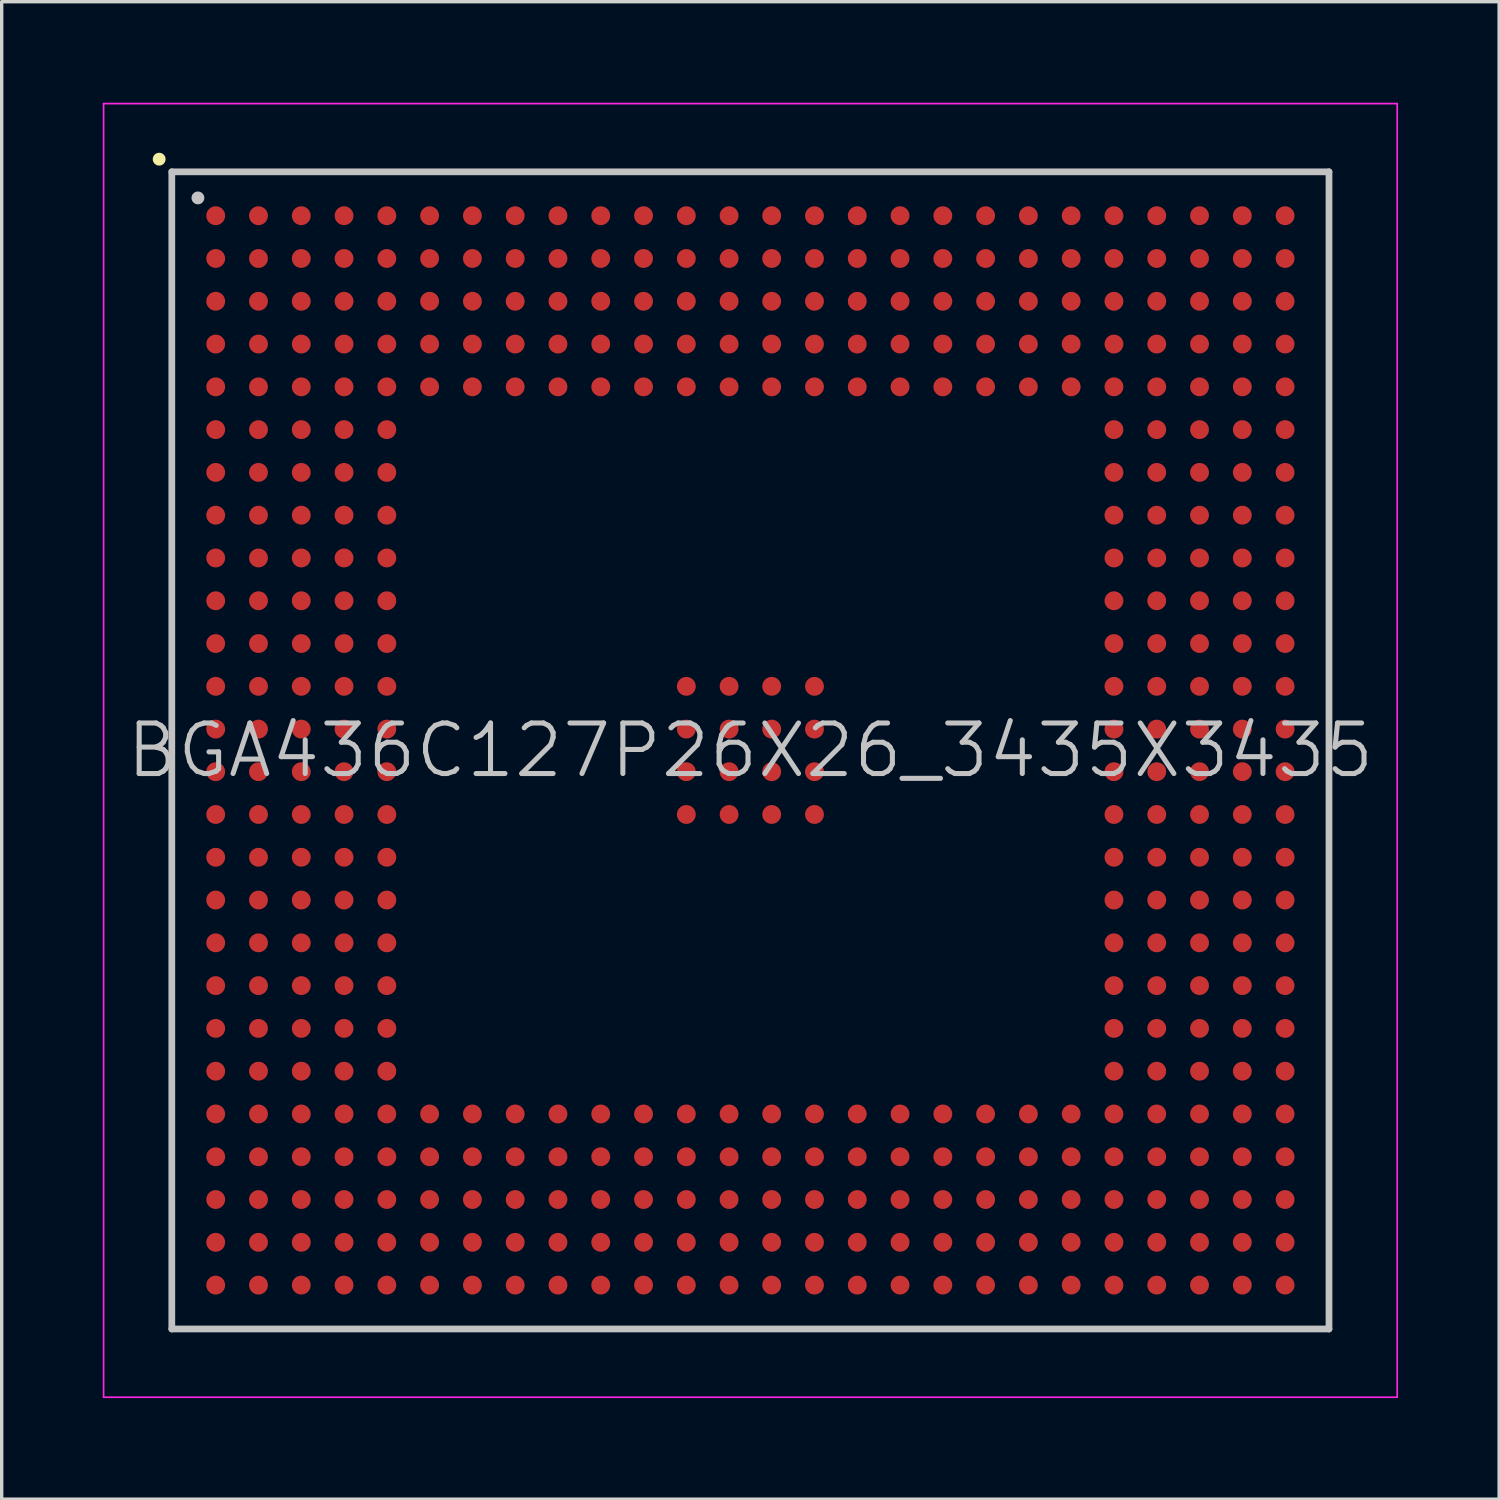
<source format=kicad_pcb>
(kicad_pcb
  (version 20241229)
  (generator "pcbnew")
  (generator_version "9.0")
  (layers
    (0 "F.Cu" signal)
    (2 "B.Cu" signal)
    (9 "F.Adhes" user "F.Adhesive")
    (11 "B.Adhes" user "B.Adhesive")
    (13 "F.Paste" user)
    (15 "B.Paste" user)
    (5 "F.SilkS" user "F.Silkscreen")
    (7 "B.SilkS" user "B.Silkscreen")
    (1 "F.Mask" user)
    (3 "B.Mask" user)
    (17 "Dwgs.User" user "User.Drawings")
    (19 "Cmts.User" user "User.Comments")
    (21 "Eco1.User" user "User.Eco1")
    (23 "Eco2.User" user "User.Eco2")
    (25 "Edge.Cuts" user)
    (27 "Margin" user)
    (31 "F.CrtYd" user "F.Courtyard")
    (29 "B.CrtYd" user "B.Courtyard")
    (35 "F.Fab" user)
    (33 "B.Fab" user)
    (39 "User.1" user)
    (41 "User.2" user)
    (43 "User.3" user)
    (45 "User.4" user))
  (footprint "BGA436C127P26X26_3435X3435"
    (layer "F.Cu")
    (at 19.225 19.225)
    (property "Reference" "BGA436C127P26X26_3435X3435" (at 0 0 0) (layer "Dwgs.User") (effects (font (size 1.5 1.5) (thickness 0.15))))
    (attr smd)
    (fp_line (start -17.55 -17.55) (end -17.55 -17.55) (stroke (width 0.381) (type solid)) (layer "F.SilkS"))
    (fp_line (start -17.175 -17.175) (end -17.175 17.175) (stroke (width 0.2) (type solid)) (layer "Dwgs.User"))
    (fp_line (start -17.175 -17.175) (end 17.175 -17.175) (stroke (width 0.2) (type solid)) (layer "Dwgs.User"))
    (fp_line (start -17.175 17.175) (end 17.175 17.175) (stroke (width 0.2) (type solid)) (layer "Dwgs.User"))
    (fp_line (start -16.4 -16.4) (end -16.4 -16.4) (stroke (width 0.381) (type solid)) (layer "Dwgs.User"))
    (fp_line (start 17.175 -17.175) (end 17.175 17.175) (stroke (width 0.2) (type solid)) (layer "Dwgs.User"))
    (fp_line (start -19.2 -19.2) (end -19.2 19.2) (stroke (width 0.05) (type solid)) (layer "F.CrtYd"))
    (fp_line (start -19.2 -19.2) (end 19.2 -19.2) (stroke (width 0.05) (type solid)) (layer "F.CrtYd"))
    (fp_line (start -19.2 19.2) (end 19.2 19.2) (stroke (width 0.05) (type solid)) (layer "F.CrtYd"))
    (fp_line (start 19.2 -19.2) (end 19.2 19.2) (stroke (width 0.05) (type solid)) (layer "F.CrtYd"))
    (pad "A1" smd circle (at -15.872 -15.872 270) (size 0.56 0.56) (layers "F.Cu" "F.Mask" "F.Paste"))
    (pad "A2" smd circle (at -14.602 -15.872 270) (size 0.56 0.56) (layers "F.Cu" "F.Mask" "F.Paste"))
    (pad "A3" smd circle (at -13.332 -15.872 270) (size 0.56 0.56) (layers "F.Cu" "F.Mask" "F.Paste"))
    (pad "A4" smd circle (at -12.062 -15.872 270) (size 0.56 0.56) (layers "F.Cu" "F.Mask" "F.Paste"))
    (pad "A5" smd circle (at -10.792 -15.872 270) (size 0.56 0.56) (layers "F.Cu" "F.Mask" "F.Paste"))
    (pad "A6" smd circle (at -9.522 -15.872 270) (size 0.56 0.56) (layers "F.Cu" "F.Mask" "F.Paste"))
    (pad "A7" smd circle (at -8.252 -15.872 270) (size 0.56 0.56) (layers "F.Cu" "F.Mask" "F.Paste"))
    (pad "A8" smd circle (at -6.982 -15.872 270) (size 0.56 0.56) (layers "F.Cu" "F.Mask" "F.Paste"))
    (pad "A9" smd circle (at -5.712 -15.872 270) (size 0.56 0.56) (layers "F.Cu" "F.Mask" "F.Paste"))
    (pad "A10" smd circle (at -4.442 -15.872 270) (size 0.56 0.56) (layers "F.Cu" "F.Mask" "F.Paste"))
    (pad "A11" smd circle (at -3.172 -15.872 270) (size 0.56 0.56) (layers "F.Cu" "F.Mask" "F.Paste"))
    (pad "A12" smd circle (at -1.902 -15.872 270) (size 0.56 0.56) (layers "F.Cu" "F.Mask" "F.Paste"))
    (pad "A13" smd circle (at -0.632 -15.872 270) (size 0.56 0.56) (layers "F.Cu" "F.Mask" "F.Paste"))
    (pad "A14" smd circle (at 0.632 -15.872 270) (size 0.56 0.56) (layers "F.Cu" "F.Mask" "F.Paste"))
    (pad "A15" smd circle (at 1.902 -15.872 270) (size 0.56 0.56) (layers "F.Cu" "F.Mask" "F.Paste"))
    (pad "A16" smd circle (at 3.172 -15.872 270) (size 0.56 0.56) (layers "F.Cu" "F.Mask" "F.Paste"))
    (pad "A17" smd circle (at 4.442 -15.872 270) (size 0.56 0.56) (layers "F.Cu" "F.Mask" "F.Paste"))
    (pad "A18" smd circle (at 5.712 -15.872 270) (size 0.56 0.56) (layers "F.Cu" "F.Mask" "F.Paste"))
    (pad "A19" smd circle (at 6.982 -15.872 270) (size 0.56 0.56) (layers "F.Cu" "F.Mask" "F.Paste"))
    (pad "A20" smd circle (at 8.252 -15.872 270) (size 0.56 0.56) (layers "F.Cu" "F.Mask" "F.Paste"))
    (pad "A21" smd circle (at 9.522 -15.872 270) (size 0.56 0.56) (layers "F.Cu" "F.Mask" "F.Paste"))
    (pad "A22" smd circle (at 10.792 -15.872 270) (size 0.56 0.56) (layers "F.Cu" "F.Mask" "F.Paste"))
    (pad "A23" smd circle (at 12.062 -15.872 270) (size 0.56 0.56) (layers "F.Cu" "F.Mask" "F.Paste"))
    (pad "A24" smd circle (at 13.332 -15.872 270) (size 0.56 0.56) (layers "F.Cu" "F.Mask" "F.Paste"))
    (pad "A25" smd circle (at 14.602 -15.872 270) (size 0.56 0.56) (layers "F.Cu" "F.Mask" "F.Paste"))
    (pad "A26" smd circle (at 15.872 -15.872 270) (size 0.56 0.56) (layers "F.Cu" "F.Mask" "F.Paste"))
    (pad "AA1" smd circle (at -15.872 9.522 270) (size 0.56 0.56) (layers "F.Cu" "F.Mask" "F.Paste"))
    (pad "AA2" smd circle (at -14.602 9.522 270) (size 0.56 0.56) (layers "F.Cu" "F.Mask" "F.Paste"))
    (pad "AA3" smd circle (at -13.332 9.522 270) (size 0.56 0.56) (layers "F.Cu" "F.Mask" "F.Paste"))
    (pad "AA4" smd circle (at -12.062 9.522 270) (size 0.56 0.56) (layers "F.Cu" "F.Mask" "F.Paste"))
    (pad "AA5" smd circle (at -10.792 9.522 270) (size 0.56 0.56) (layers "F.Cu" "F.Mask" "F.Paste"))
    (pad "AA22" smd circle (at 10.792 9.522 270) (size 0.56 0.56) (layers "F.Cu" "F.Mask" "F.Paste"))
    (pad "AA23" smd circle (at 12.062 9.522 270) (size 0.56 0.56) (layers "F.Cu" "F.Mask" "F.Paste"))
    (pad "AA24" smd circle (at 13.332 9.522 270) (size 0.56 0.56) (layers "F.Cu" "F.Mask" "F.Paste"))
    (pad "AA25" smd circle (at 14.602 9.522 270) (size 0.56 0.56) (layers "F.Cu" "F.Mask" "F.Paste"))
    (pad "AA26" smd circle (at 15.872 9.522 270) (size 0.56 0.56) (layers "F.Cu" "F.Mask" "F.Paste"))
    (pad "AB1" smd circle (at -15.872 10.792 270) (size 0.56 0.56) (layers "F.Cu" "F.Mask" "F.Paste"))
    (pad "AB2" smd circle (at -14.602 10.792 270) (size 0.56 0.56) (layers "F.Cu" "F.Mask" "F.Paste"))
    (pad "AB3" smd circle (at -13.332 10.792 270) (size 0.56 0.56) (layers "F.Cu" "F.Mask" "F.Paste"))
    (pad "AB4" smd circle (at -12.062 10.792 270) (size 0.56 0.56) (layers "F.Cu" "F.Mask" "F.Paste"))
    (pad "AB5" smd circle (at -10.792 10.792 270) (size 0.56 0.56) (layers "F.Cu" "F.Mask" "F.Paste"))
    (pad "AB6" smd circle (at -9.522 10.792 270) (size 0.56 0.56) (layers "F.Cu" "F.Mask" "F.Paste"))
    (pad "AB7" smd circle (at -8.252 10.792 270) (size 0.56 0.56) (layers "F.Cu" "F.Mask" "F.Paste"))
    (pad "AB8" smd circle (at -6.982 10.792 270) (size 0.56 0.56) (layers "F.Cu" "F.Mask" "F.Paste"))
    (pad "AB9" smd circle (at -5.712 10.792 270) (size 0.56 0.56) (layers "F.Cu" "F.Mask" "F.Paste"))
    (pad "AB10" smd circle (at -4.442 10.792 270) (size 0.56 0.56) (layers "F.Cu" "F.Mask" "F.Paste"))
    (pad "AB11" smd circle (at -3.172 10.792 270) (size 0.56 0.56) (layers "F.Cu" "F.Mask" "F.Paste"))
    (pad "AB12" smd circle (at -1.902 10.792 270) (size 0.56 0.56) (layers "F.Cu" "F.Mask" "F.Paste"))
    (pad "AB13" smd circle (at -0.632 10.792 270) (size 0.56 0.56) (layers "F.Cu" "F.Mask" "F.Paste"))
    (pad "AB14" smd circle (at 0.632 10.792 270) (size 0.56 0.56) (layers "F.Cu" "F.Mask" "F.Paste"))
    (pad "AB15" smd circle (at 1.902 10.792 270) (size 0.56 0.56) (layers "F.Cu" "F.Mask" "F.Paste"))
    (pad "AB16" smd circle (at 3.172 10.792 270) (size 0.56 0.56) (layers "F.Cu" "F.Mask" "F.Paste"))
    (pad "AB17" smd circle (at 4.442 10.792 270) (size 0.56 0.56) (layers "F.Cu" "F.Mask" "F.Paste"))
    (pad "AB18" smd circle (at 5.712 10.792 270) (size 0.56 0.56) (layers "F.Cu" "F.Mask" "F.Paste"))
    (pad "AB19" smd circle (at 6.982 10.792 270) (size 0.56 0.56) (layers "F.Cu" "F.Mask" "F.Paste"))
    (pad "AB20" smd circle (at 8.252 10.792 270) (size 0.56 0.56) (layers "F.Cu" "F.Mask" "F.Paste"))
    (pad "AB21" smd circle (at 9.522 10.792 270) (size 0.56 0.56) (layers "F.Cu" "F.Mask" "F.Paste"))
    (pad "AB22" smd circle (at 10.792 10.792 270) (size 0.56 0.56) (layers "F.Cu" "F.Mask" "F.Paste"))
    (pad "AB23" smd circle (at 12.062 10.792 270) (size 0.56 0.56) (layers "F.Cu" "F.Mask" "F.Paste"))
    (pad "AB24" smd circle (at 13.332 10.792 270) (size 0.56 0.56) (layers "F.Cu" "F.Mask" "F.Paste"))
    (pad "AB25" smd circle (at 14.602 10.792 270) (size 0.56 0.56) (layers "F.Cu" "F.Mask" "F.Paste"))
    (pad "AB26" smd circle (at 15.872 10.792 270) (size 0.56 0.56) (layers "F.Cu" "F.Mask" "F.Paste"))
    (pad "AC1" smd circle (at -15.872 12.062 270) (size 0.56 0.56) (layers "F.Cu" "F.Mask" "F.Paste"))
    (pad "AC2" smd circle (at -14.602 12.062 270) (size 0.56 0.56) (layers "F.Cu" "F.Mask" "F.Paste"))
    (pad "AC3" smd circle (at -13.332 12.062 270) (size 0.56 0.56) (layers "F.Cu" "F.Mask" "F.Paste"))
    (pad "AC4" smd circle (at -12.062 12.062 270) (size 0.56 0.56) (layers "F.Cu" "F.Mask" "F.Paste"))
    (pad "AC5" smd circle (at -10.792 12.062 270) (size 0.56 0.56) (layers "F.Cu" "F.Mask" "F.Paste"))
    (pad "AC6" smd circle (at -9.522 12.062 270) (size 0.56 0.56) (layers "F.Cu" "F.Mask" "F.Paste"))
    (pad "AC7" smd circle (at -8.252 12.062 270) (size 0.56 0.56) (layers "F.Cu" "F.Mask" "F.Paste"))
    (pad "AC8" smd circle (at -6.982 12.062 270) (size 0.56 0.56) (layers "F.Cu" "F.Mask" "F.Paste"))
    (pad "AC9" smd circle (at -5.712 12.062 270) (size 0.56 0.56) (layers "F.Cu" "F.Mask" "F.Paste"))
    (pad "AC10" smd circle (at -4.442 12.062 270) (size 0.56 0.56) (layers "F.Cu" "F.Mask" "F.Paste"))
    (pad "AC11" smd circle (at -3.172 12.062 270) (size 0.56 0.56) (layers "F.Cu" "F.Mask" "F.Paste"))
    (pad "AC12" smd circle (at -1.902 12.062 270) (size 0.56 0.56) (layers "F.Cu" "F.Mask" "F.Paste"))
    (pad "AC13" smd circle (at -0.632 12.062 270) (size 0.56 0.56) (layers "F.Cu" "F.Mask" "F.Paste"))
    (pad "AC14" smd circle (at 0.632 12.062 270) (size 0.56 0.56) (layers "F.Cu" "F.Mask" "F.Paste"))
    (pad "AC15" smd circle (at 1.902 12.062 270) (size 0.56 0.56) (layers "F.Cu" "F.Mask" "F.Paste"))
    (pad "AC16" smd circle (at 3.172 12.062 270) (size 0.56 0.56) (layers "F.Cu" "F.Mask" "F.Paste"))
    (pad "AC17" smd circle (at 4.442 12.062 270) (size 0.56 0.56) (layers "F.Cu" "F.Mask" "F.Paste"))
    (pad "AC18" smd circle (at 5.712 12.062 270) (size 0.56 0.56) (layers "F.Cu" "F.Mask" "F.Paste"))
    (pad "AC19" smd circle (at 6.982 12.062 270) (size 0.56 0.56) (layers "F.Cu" "F.Mask" "F.Paste"))
    (pad "AC20" smd circle (at 8.252 12.062 270) (size 0.56 0.56) (layers "F.Cu" "F.Mask" "F.Paste"))
    (pad "AC21" smd circle (at 9.522 12.062 270) (size 0.56 0.56) (layers "F.Cu" "F.Mask" "F.Paste"))
    (pad "AC22" smd circle (at 10.792 12.062 270) (size 0.56 0.56) (layers "F.Cu" "F.Mask" "F.Paste"))
    (pad "AC23" smd circle (at 12.062 12.062 270) (size 0.56 0.56) (layers "F.Cu" "F.Mask" "F.Paste"))
    (pad "AC24" smd circle (at 13.332 12.062 270) (size 0.56 0.56) (layers "F.Cu" "F.Mask" "F.Paste"))
    (pad "AC25" smd circle (at 14.602 12.062 270) (size 0.56 0.56) (layers "F.Cu" "F.Mask" "F.Paste"))
    (pad "AC26" smd circle (at 15.872 12.062 270) (size 0.56 0.56) (layers "F.Cu" "F.Mask" "F.Paste"))
    (pad "AD1" smd circle (at -15.872 13.332 270) (size 0.56 0.56) (layers "F.Cu" "F.Mask" "F.Paste"))
    (pad "AD2" smd circle (at -14.602 13.332 270) (size 0.56 0.56) (layers "F.Cu" "F.Mask" "F.Paste"))
    (pad "AD3" smd circle (at -13.332 13.332 270) (size 0.56 0.56) (layers "F.Cu" "F.Mask" "F.Paste"))
    (pad "AD4" smd circle (at -12.062 13.332 270) (size 0.56 0.56) (layers "F.Cu" "F.Mask" "F.Paste"))
    (pad "AD5" smd circle (at -10.792 13.332 270) (size 0.56 0.56) (layers "F.Cu" "F.Mask" "F.Paste"))
    (pad "AD6" smd circle (at -9.522 13.332 270) (size 0.56 0.56) (layers "F.Cu" "F.Mask" "F.Paste"))
    (pad "AD7" smd circle (at -8.252 13.332 270) (size 0.56 0.56) (layers "F.Cu" "F.Mask" "F.Paste"))
    (pad "AD8" smd circle (at -6.982 13.332 270) (size 0.56 0.56) (layers "F.Cu" "F.Mask" "F.Paste"))
    (pad "AD9" smd circle (at -5.712 13.332 270) (size 0.56 0.56) (layers "F.Cu" "F.Mask" "F.Paste"))
    (pad "AD10" smd circle (at -4.442 13.332 270) (size 0.56 0.56) (layers "F.Cu" "F.Mask" "F.Paste"))
    (pad "AD11" smd circle (at -3.172 13.332 270) (size 0.56 0.56) (layers "F.Cu" "F.Mask" "F.Paste"))
    (pad "AD12" smd circle (at -1.902 13.332 270) (size 0.56 0.56) (layers "F.Cu" "F.Mask" "F.Paste"))
    (pad "AD13" smd circle (at -0.632 13.332 270) (size 0.56 0.56) (layers "F.Cu" "F.Mask" "F.Paste"))
    (pad "AD14" smd circle (at 0.632 13.332 270) (size 0.56 0.56) (layers "F.Cu" "F.Mask" "F.Paste"))
    (pad "AD15" smd circle (at 1.902 13.332 270) (size 0.56 0.56) (layers "F.Cu" "F.Mask" "F.Paste"))
    (pad "AD16" smd circle (at 3.172 13.332 270) (size 0.56 0.56) (layers "F.Cu" "F.Mask" "F.Paste"))
    (pad "AD17" smd circle (at 4.442 13.332 270) (size 0.56 0.56) (layers "F.Cu" "F.Mask" "F.Paste"))
    (pad "AD18" smd circle (at 5.712 13.332 270) (size 0.56 0.56) (layers "F.Cu" "F.Mask" "F.Paste"))
    (pad "AD19" smd circle (at 6.982 13.332 270) (size 0.56 0.56) (layers "F.Cu" "F.Mask" "F.Paste"))
    (pad "AD20" smd circle (at 8.252 13.332 270) (size 0.56 0.56) (layers "F.Cu" "F.Mask" "F.Paste"))
    (pad "AD21" smd circle (at 9.522 13.332 270) (size 0.56 0.56) (layers "F.Cu" "F.Mask" "F.Paste"))
    (pad "AD22" smd circle (at 10.792 13.332 270) (size 0.56 0.56) (layers "F.Cu" "F.Mask" "F.Paste"))
    (pad "AD23" smd circle (at 12.062 13.332 270) (size 0.56 0.56) (layers "F.Cu" "F.Mask" "F.Paste"))
    (pad "AD24" smd circle (at 13.332 13.332 270) (size 0.56 0.56) (layers "F.Cu" "F.Mask" "F.Paste"))
    (pad "AD25" smd circle (at 14.602 13.332 270) (size 0.56 0.56) (layers "F.Cu" "F.Mask" "F.Paste"))
    (pad "AD26" smd circle (at 15.872 13.332 270) (size 0.56 0.56) (layers "F.Cu" "F.Mask" "F.Paste"))
    (pad "AE1" smd circle (at -15.872 14.602 270) (size 0.56 0.56) (layers "F.Cu" "F.Mask" "F.Paste"))
    (pad "AE2" smd circle (at -14.602 14.602 270) (size 0.56 0.56) (layers "F.Cu" "F.Mask" "F.Paste"))
    (pad "AE3" smd circle (at -13.332 14.602 270) (size 0.56 0.56) (layers "F.Cu" "F.Mask" "F.Paste"))
    (pad "AE4" smd circle (at -12.062 14.602 270) (size 0.56 0.56) (layers "F.Cu" "F.Mask" "F.Paste"))
    (pad "AE5" smd circle (at -10.792 14.602 270) (size 0.56 0.56) (layers "F.Cu" "F.Mask" "F.Paste"))
    (pad "AE6" smd circle (at -9.522 14.602 270) (size 0.56 0.56) (layers "F.Cu" "F.Mask" "F.Paste"))
    (pad "AE7" smd circle (at -8.252 14.602 270) (size 0.56 0.56) (layers "F.Cu" "F.Mask" "F.Paste"))
    (pad "AE8" smd circle (at -6.982 14.602 270) (size 0.56 0.56) (layers "F.Cu" "F.Mask" "F.Paste"))
    (pad "AE9" smd circle (at -5.712 14.602 270) (size 0.56 0.56) (layers "F.Cu" "F.Mask" "F.Paste"))
    (pad "AE10" smd circle (at -4.442 14.602 270) (size 0.56 0.56) (layers "F.Cu" "F.Mask" "F.Paste"))
    (pad "AE11" smd circle (at -3.172 14.602 270) (size 0.56 0.56) (layers "F.Cu" "F.Mask" "F.Paste"))
    (pad "AE12" smd circle (at -1.902 14.602 270) (size 0.56 0.56) (layers "F.Cu" "F.Mask" "F.Paste"))
    (pad "AE13" smd circle (at -0.632 14.602 270) (size 0.56 0.56) (layers "F.Cu" "F.Mask" "F.Paste"))
    (pad "AE14" smd circle (at 0.632 14.602 270) (size 0.56 0.56) (layers "F.Cu" "F.Mask" "F.Paste"))
    (pad "AE15" smd circle (at 1.902 14.602 270) (size 0.56 0.56) (layers "F.Cu" "F.Mask" "F.Paste"))
    (pad "AE16" smd circle (at 3.172 14.602 270) (size 0.56 0.56) (layers "F.Cu" "F.Mask" "F.Paste"))
    (pad "AE17" smd circle (at 4.442 14.602 270) (size 0.56 0.56) (layers "F.Cu" "F.Mask" "F.Paste"))
    (pad "AE18" smd circle (at 5.712 14.602 270) (size 0.56 0.56) (layers "F.Cu" "F.Mask" "F.Paste"))
    (pad "AE19" smd circle (at 6.982 14.602 270) (size 0.56 0.56) (layers "F.Cu" "F.Mask" "F.Paste"))
    (pad "AE20" smd circle (at 8.252 14.602 270) (size 0.56 0.56) (layers "F.Cu" "F.Mask" "F.Paste"))
    (pad "AE21" smd circle (at 9.522 14.602 270) (size 0.56 0.56) (layers "F.Cu" "F.Mask" "F.Paste"))
    (pad "AE22" smd circle (at 10.792 14.602 270) (size 0.56 0.56) (layers "F.Cu" "F.Mask" "F.Paste"))
    (pad "AE23" smd circle (at 12.062 14.602 270) (size 0.56 0.56) (layers "F.Cu" "F.Mask" "F.Paste"))
    (pad "AE24" smd circle (at 13.332 14.602 270) (size 0.56 0.56) (layers "F.Cu" "F.Mask" "F.Paste"))
    (pad "AE25" smd circle (at 14.602 14.602 270) (size 0.56 0.56) (layers "F.Cu" "F.Mask" "F.Paste"))
    (pad "AE26" smd circle (at 15.872 14.602 270) (size 0.56 0.56) (layers "F.Cu" "F.Mask" "F.Paste"))
    (pad "AF1" smd circle (at -15.872 15.872 270) (size 0.56 0.56) (layers "F.Cu" "F.Mask" "F.Paste"))
    (pad "AF2" smd circle (at -14.602 15.872 270) (size 0.56 0.56) (layers "F.Cu" "F.Mask" "F.Paste"))
    (pad "AF3" smd circle (at -13.332 15.872 270) (size 0.56 0.56) (layers "F.Cu" "F.Mask" "F.Paste"))
    (pad "AF4" smd circle (at -12.062 15.872 270) (size 0.56 0.56) (layers "F.Cu" "F.Mask" "F.Paste"))
    (pad "AF5" smd circle (at -10.792 15.872 270) (size 0.56 0.56) (layers "F.Cu" "F.Mask" "F.Paste"))
    (pad "AF6" smd circle (at -9.522 15.872 270) (size 0.56 0.56) (layers "F.Cu" "F.Mask" "F.Paste"))
    (pad "AF7" smd circle (at -8.252 15.872 270) (size 0.56 0.56) (layers "F.Cu" "F.Mask" "F.Paste"))
    (pad "AF8" smd circle (at -6.982 15.872 270) (size 0.56 0.56) (layers "F.Cu" "F.Mask" "F.Paste"))
    (pad "AF9" smd circle (at -5.712 15.872 270) (size 0.56 0.56) (layers "F.Cu" "F.Mask" "F.Paste"))
    (pad "AF10" smd circle (at -4.442 15.872 270) (size 0.56 0.56) (layers "F.Cu" "F.Mask" "F.Paste"))
    (pad "AF11" smd circle (at -3.172 15.872 270) (size 0.56 0.56) (layers "F.Cu" "F.Mask" "F.Paste"))
    (pad "AF12" smd circle (at -1.902 15.872 270) (size 0.56 0.56) (layers "F.Cu" "F.Mask" "F.Paste"))
    (pad "AF13" smd circle (at -0.632 15.872 270) (size 0.56 0.56) (layers "F.Cu" "F.Mask" "F.Paste"))
    (pad "AF14" smd circle (at 0.632 15.872 270) (size 0.56 0.56) (layers "F.Cu" "F.Mask" "F.Paste"))
    (pad "AF15" smd circle (at 1.902 15.872 270) (size 0.56 0.56) (layers "F.Cu" "F.Mask" "F.Paste"))
    (pad "AF16" smd circle (at 3.172 15.872 270) (size 0.56 0.56) (layers "F.Cu" "F.Mask" "F.Paste"))
    (pad "AF17" smd circle (at 4.442 15.872 270) (size 0.56 0.56) (layers "F.Cu" "F.Mask" "F.Paste"))
    (pad "AF18" smd circle (at 5.712 15.872 270) (size 0.56 0.56) (layers "F.Cu" "F.Mask" "F.Paste"))
    (pad "AF19" smd circle (at 6.982 15.872 270) (size 0.56 0.56) (layers "F.Cu" "F.Mask" "F.Paste"))
    (pad "AF20" smd circle (at 8.252 15.872 270) (size 0.56 0.56) (layers "F.Cu" "F.Mask" "F.Paste"))
    (pad "AF21" smd circle (at 9.522 15.872 270) (size 0.56 0.56) (layers "F.Cu" "F.Mask" "F.Paste"))
    (pad "AF22" smd circle (at 10.792 15.872 270) (size 0.56 0.56) (layers "F.Cu" "F.Mask" "F.Paste"))
    (pad "AF23" smd circle (at 12.062 15.872 270) (size 0.56 0.56) (layers "F.Cu" "F.Mask" "F.Paste"))
    (pad "AF24" smd circle (at 13.332 15.872 270) (size 0.56 0.56) (layers "F.Cu" "F.Mask" "F.Paste"))
    (pad "AF25" smd circle (at 14.602 15.872 270) (size 0.56 0.56) (layers "F.Cu" "F.Mask" "F.Paste"))
    (pad "AF26" smd circle (at 15.872 15.872 270) (size 0.56 0.56) (layers "F.Cu" "F.Mask" "F.Paste"))
    (pad "B1" smd circle (at -15.872 -14.602 270) (size 0.56 0.56) (layers "F.Cu" "F.Mask" "F.Paste"))
    (pad "B2" smd circle (at -14.602 -14.602 270) (size 0.56 0.56) (layers "F.Cu" "F.Mask" "F.Paste"))
    (pad "B3" smd circle (at -13.332 -14.602 270) (size 0.56 0.56) (layers "F.Cu" "F.Mask" "F.Paste"))
    (pad "B4" smd circle (at -12.062 -14.602 270) (size 0.56 0.56) (layers "F.Cu" "F.Mask" "F.Paste"))
    (pad "B5" smd circle (at -10.792 -14.602 270) (size 0.56 0.56) (layers "F.Cu" "F.Mask" "F.Paste"))
    (pad "B6" smd circle (at -9.522 -14.602 270) (size 0.56 0.56) (layers "F.Cu" "F.Mask" "F.Paste"))
    (pad "B7" smd circle (at -8.252 -14.602 270) (size 0.56 0.56) (layers "F.Cu" "F.Mask" "F.Paste"))
    (pad "B8" smd circle (at -6.982 -14.602 270) (size 0.56 0.56) (layers "F.Cu" "F.Mask" "F.Paste"))
    (pad "B9" smd circle (at -5.712 -14.602 270) (size 0.56 0.56) (layers "F.Cu" "F.Mask" "F.Paste"))
    (pad "B10" smd circle (at -4.442 -14.602 270) (size 0.56 0.56) (layers "F.Cu" "F.Mask" "F.Paste"))
    (pad "B11" smd circle (at -3.172 -14.602 270) (size 0.56 0.56) (layers "F.Cu" "F.Mask" "F.Paste"))
    (pad "B12" smd circle (at -1.902 -14.602 270) (size 0.56 0.56) (layers "F.Cu" "F.Mask" "F.Paste"))
    (pad "B13" smd circle (at -0.632 -14.602 270) (size 0.56 0.56) (layers "F.Cu" "F.Mask" "F.Paste"))
    (pad "B14" smd circle (at 0.632 -14.602 270) (size 0.56 0.56) (layers "F.Cu" "F.Mask" "F.Paste"))
    (pad "B15" smd circle (at 1.902 -14.602 270) (size 0.56 0.56) (layers "F.Cu" "F.Mask" "F.Paste"))
    (pad "B16" smd circle (at 3.172 -14.602 270) (size 0.56 0.56) (layers "F.Cu" "F.Mask" "F.Paste"))
    (pad "B17" smd circle (at 4.442 -14.602 270) (size 0.56 0.56) (layers "F.Cu" "F.Mask" "F.Paste"))
    (pad "B18" smd circle (at 5.712 -14.602 270) (size 0.56 0.56) (layers "F.Cu" "F.Mask" "F.Paste"))
    (pad "B19" smd circle (at 6.982 -14.602 270) (size 0.56 0.56) (layers "F.Cu" "F.Mask" "F.Paste"))
    (pad "B20" smd circle (at 8.252 -14.602 270) (size 0.56 0.56) (layers "F.Cu" "F.Mask" "F.Paste"))
    (pad "B21" smd circle (at 9.522 -14.602 270) (size 0.56 0.56) (layers "F.Cu" "F.Mask" "F.Paste"))
    (pad "B22" smd circle (at 10.792 -14.602 270) (size 0.56 0.56) (layers "F.Cu" "F.Mask" "F.Paste"))
    (pad "B23" smd circle (at 12.062 -14.602 270) (size 0.56 0.56) (layers "F.Cu" "F.Mask" "F.Paste"))
    (pad "B24" smd circle (at 13.332 -14.602 270) (size 0.56 0.56) (layers "F.Cu" "F.Mask" "F.Paste"))
    (pad "B25" smd circle (at 14.602 -14.602 270) (size 0.56 0.56) (layers "F.Cu" "F.Mask" "F.Paste"))
    (pad "B26" smd circle (at 15.872 -14.602 270) (size 0.56 0.56) (layers "F.Cu" "F.Mask" "F.Paste"))
    (pad "C1" smd circle (at -15.872 -13.332 270) (size 0.56 0.56) (layers "F.Cu" "F.Mask" "F.Paste"))
    (pad "C2" smd circle (at -14.602 -13.332 270) (size 0.56 0.56) (layers "F.Cu" "F.Mask" "F.Paste"))
    (pad "C3" smd circle (at -13.332 -13.332 270) (size 0.56 0.56) (layers "F.Cu" "F.Mask" "F.Paste"))
    (pad "C4" smd circle (at -12.062 -13.332 270) (size 0.56 0.56) (layers "F.Cu" "F.Mask" "F.Paste"))
    (pad "C5" smd circle (at -10.792 -13.332 270) (size 0.56 0.56) (layers "F.Cu" "F.Mask" "F.Paste"))
    (pad "C6" smd circle (at -9.522 -13.332 270) (size 0.56 0.56) (layers "F.Cu" "F.Mask" "F.Paste"))
    (pad "C7" smd circle (at -8.252 -13.332 270) (size 0.56 0.56) (layers "F.Cu" "F.Mask" "F.Paste"))
    (pad "C8" smd circle (at -6.982 -13.332 270) (size 0.56 0.56) (layers "F.Cu" "F.Mask" "F.Paste"))
    (pad "C9" smd circle (at -5.712 -13.332 270) (size 0.56 0.56) (layers "F.Cu" "F.Mask" "F.Paste"))
    (pad "C10" smd circle (at -4.442 -13.332 270) (size 0.56 0.56) (layers "F.Cu" "F.Mask" "F.Paste"))
    (pad "C11" smd circle (at -3.172 -13.332 270) (size 0.56 0.56) (layers "F.Cu" "F.Mask" "F.Paste"))
    (pad "C12" smd circle (at -1.902 -13.332 270) (size 0.56 0.56) (layers "F.Cu" "F.Mask" "F.Paste"))
    (pad "C13" smd circle (at -0.632 -13.332 270) (size 0.56 0.56) (layers "F.Cu" "F.Mask" "F.Paste"))
    (pad "C14" smd circle (at 0.632 -13.332 270) (size 0.56 0.56) (layers "F.Cu" "F.Mask" "F.Paste"))
    (pad "C15" smd circle (at 1.902 -13.332 270) (size 0.56 0.56) (layers "F.Cu" "F.Mask" "F.Paste"))
    (pad "C16" smd circle (at 3.172 -13.332 270) (size 0.56 0.56) (layers "F.Cu" "F.Mask" "F.Paste"))
    (pad "C17" smd circle (at 4.442 -13.332 270) (size 0.56 0.56) (layers "F.Cu" "F.Mask" "F.Paste"))
    (pad "C18" smd circle (at 5.712 -13.332 270) (size 0.56 0.56) (layers "F.Cu" "F.Mask" "F.Paste"))
    (pad "C19" smd circle (at 6.982 -13.332 270) (size 0.56 0.56) (layers "F.Cu" "F.Mask" "F.Paste"))
    (pad "C20" smd circle (at 8.252 -13.332 270) (size 0.56 0.56) (layers "F.Cu" "F.Mask" "F.Paste"))
    (pad "C21" smd circle (at 9.522 -13.332 270) (size 0.56 0.56) (layers "F.Cu" "F.Mask" "F.Paste"))
    (pad "C22" smd circle (at 10.792 -13.332 270) (size 0.56 0.56) (layers "F.Cu" "F.Mask" "F.Paste"))
    (pad "C23" smd circle (at 12.062 -13.332 270) (size 0.56 0.56) (layers "F.Cu" "F.Mask" "F.Paste"))
    (pad "C24" smd circle (at 13.332 -13.332 270) (size 0.56 0.56) (layers "F.Cu" "F.Mask" "F.Paste"))
    (pad "C25" smd circle (at 14.602 -13.332 270) (size 0.56 0.56) (layers "F.Cu" "F.Mask" "F.Paste"))
    (pad "C26" smd circle (at 15.872 -13.332 270) (size 0.56 0.56) (layers "F.Cu" "F.Mask" "F.Paste"))
    (pad "D1" smd circle (at -15.872 -12.062 270) (size 0.56 0.56) (layers "F.Cu" "F.Mask" "F.Paste"))
    (pad "D2" smd circle (at -14.602 -12.062 270) (size 0.56 0.56) (layers "F.Cu" "F.Mask" "F.Paste"))
    (pad "D3" smd circle (at -13.332 -12.062 270) (size 0.56 0.56) (layers "F.Cu" "F.Mask" "F.Paste"))
    (pad "D4" smd circle (at -12.062 -12.062 270) (size 0.56 0.56) (layers "F.Cu" "F.Mask" "F.Paste"))
    (pad "D5" smd circle (at -10.792 -12.062 270) (size 0.56 0.56) (layers "F.Cu" "F.Mask" "F.Paste"))
    (pad "D6" smd circle (at -9.522 -12.062 270) (size 0.56 0.56) (layers "F.Cu" "F.Mask" "F.Paste"))
    (pad "D7" smd circle (at -8.252 -12.062 270) (size 0.56 0.56) (layers "F.Cu" "F.Mask" "F.Paste"))
    (pad "D8" smd circle (at -6.982 -12.062 270) (size 0.56 0.56) (layers "F.Cu" "F.Mask" "F.Paste"))
    (pad "D9" smd circle (at -5.712 -12.062 270) (size 0.56 0.56) (layers "F.Cu" "F.Mask" "F.Paste"))
    (pad "D10" smd circle (at -4.442 -12.062 270) (size 0.56 0.56) (layers "F.Cu" "F.Mask" "F.Paste"))
    (pad "D11" smd circle (at -3.172 -12.062 270) (size 0.56 0.56) (layers "F.Cu" "F.Mask" "F.Paste"))
    (pad "D12" smd circle (at -1.902 -12.062 270) (size 0.56 0.56) (layers "F.Cu" "F.Mask" "F.Paste"))
    (pad "D13" smd circle (at -0.632 -12.062 270) (size 0.56 0.56) (layers "F.Cu" "F.Mask" "F.Paste"))
    (pad "D14" smd circle (at 0.632 -12.062 270) (size 0.56 0.56) (layers "F.Cu" "F.Mask" "F.Paste"))
    (pad "D15" smd circle (at 1.902 -12.062 270) (size 0.56 0.56) (layers "F.Cu" "F.Mask" "F.Paste"))
    (pad "D16" smd circle (at 3.172 -12.062 270) (size 0.56 0.56) (layers "F.Cu" "F.Mask" "F.Paste"))
    (pad "D17" smd circle (at 4.442 -12.062 270) (size 0.56 0.56) (layers "F.Cu" "F.Mask" "F.Paste"))
    (pad "D18" smd circle (at 5.712 -12.062 270) (size 0.56 0.56) (layers "F.Cu" "F.Mask" "F.Paste"))
    (pad "D19" smd circle (at 6.982 -12.062 270) (size 0.56 0.56) (layers "F.Cu" "F.Mask" "F.Paste"))
    (pad "D20" smd circle (at 8.252 -12.062 270) (size 0.56 0.56) (layers "F.Cu" "F.Mask" "F.Paste"))
    (pad "D21" smd circle (at 9.522 -12.062 270) (size 0.56 0.56) (layers "F.Cu" "F.Mask" "F.Paste"))
    (pad "D22" smd circle (at 10.792 -12.062 270) (size 0.56 0.56) (layers "F.Cu" "F.Mask" "F.Paste"))
    (pad "D23" smd circle (at 12.062 -12.062 270) (size 0.56 0.56) (layers "F.Cu" "F.Mask" "F.Paste"))
    (pad "D24" smd circle (at 13.332 -12.062 270) (size 0.56 0.56) (layers "F.Cu" "F.Mask" "F.Paste"))
    (pad "D25" smd circle (at 14.602 -12.062 270) (size 0.56 0.56) (layers "F.Cu" "F.Mask" "F.Paste"))
    (pad "D26" smd circle (at 15.872 -12.062 270) (size 0.56 0.56) (layers "F.Cu" "F.Mask" "F.Paste"))
    (pad "E1" smd circle (at -15.872 -10.792 270) (size 0.56 0.56) (layers "F.Cu" "F.Mask" "F.Paste"))
    (pad "E2" smd circle (at -14.602 -10.792 270) (size 0.56 0.56) (layers "F.Cu" "F.Mask" "F.Paste"))
    (pad "E3" smd circle (at -13.332 -10.792 270) (size 0.56 0.56) (layers "F.Cu" "F.Mask" "F.Paste"))
    (pad "E4" smd circle (at -12.062 -10.792 270) (size 0.56 0.56) (layers "F.Cu" "F.Mask" "F.Paste"))
    (pad "E5" smd circle (at -10.792 -10.792 270) (size 0.56 0.56) (layers "F.Cu" "F.Mask" "F.Paste"))
    (pad "E6" smd circle (at -9.522 -10.792 270) (size 0.56 0.56) (layers "F.Cu" "F.Mask" "F.Paste"))
    (pad "E7" smd circle (at -8.252 -10.792 270) (size 0.56 0.56) (layers "F.Cu" "F.Mask" "F.Paste"))
    (pad "E8" smd circle (at -6.982 -10.792 270) (size 0.56 0.56) (layers "F.Cu" "F.Mask" "F.Paste"))
    (pad "E9" smd circle (at -5.712 -10.792 270) (size 0.56 0.56) (layers "F.Cu" "F.Mask" "F.Paste"))
    (pad "E10" smd circle (at -4.442 -10.792 270) (size 0.56 0.56) (layers "F.Cu" "F.Mask" "F.Paste"))
    (pad "E11" smd circle (at -3.172 -10.792 270) (size 0.56 0.56) (layers "F.Cu" "F.Mask" "F.Paste"))
    (pad "E12" smd circle (at -1.902 -10.792 270) (size 0.56 0.56) (layers "F.Cu" "F.Mask" "F.Paste"))
    (pad "E13" smd circle (at -0.632 -10.792 270) (size 0.56 0.56) (layers "F.Cu" "F.Mask" "F.Paste"))
    (pad "E14" smd circle (at 0.632 -10.792 270) (size 0.56 0.56) (layers "F.Cu" "F.Mask" "F.Paste"))
    (pad "E15" smd circle (at 1.902 -10.792 270) (size 0.56 0.56) (layers "F.Cu" "F.Mask" "F.Paste"))
    (pad "E16" smd circle (at 3.172 -10.792 270) (size 0.56 0.56) (layers "F.Cu" "F.Mask" "F.Paste"))
    (pad "E17" smd circle (at 4.442 -10.792 270) (size 0.56 0.56) (layers "F.Cu" "F.Mask" "F.Paste"))
    (pad "E18" smd circle (at 5.712 -10.792 270) (size 0.56 0.56) (layers "F.Cu" "F.Mask" "F.Paste"))
    (pad "E19" smd circle (at 6.982 -10.792 270) (size 0.56 0.56) (layers "F.Cu" "F.Mask" "F.Paste"))
    (pad "E20" smd circle (at 8.252 -10.792 270) (size 0.56 0.56) (layers "F.Cu" "F.Mask" "F.Paste"))
    (pad "E21" smd circle (at 9.522 -10.792 270) (size 0.56 0.56) (layers "F.Cu" "F.Mask" "F.Paste"))
    (pad "E22" smd circle (at 10.792 -10.792 270) (size 0.56 0.56) (layers "F.Cu" "F.Mask" "F.Paste"))
    (pad "E23" smd circle (at 12.062 -10.792 270) (size 0.56 0.56) (layers "F.Cu" "F.Mask" "F.Paste"))
    (pad "E24" smd circle (at 13.332 -10.792 270) (size 0.56 0.56) (layers "F.Cu" "F.Mask" "F.Paste"))
    (pad "E25" smd circle (at 14.602 -10.792 270) (size 0.56 0.56) (layers "F.Cu" "F.Mask" "F.Paste"))
    (pad "E26" smd circle (at 15.872 -10.792 270) (size 0.56 0.56) (layers "F.Cu" "F.Mask" "F.Paste"))
    (pad "F1" smd circle (at -15.872 -9.522 270) (size 0.56 0.56) (layers "F.Cu" "F.Mask" "F.Paste"))
    (pad "F2" smd circle (at -14.602 -9.522 270) (size 0.56 0.56) (layers "F.Cu" "F.Mask" "F.Paste"))
    (pad "F3" smd circle (at -13.332 -9.522 270) (size 0.56 0.56) (layers "F.Cu" "F.Mask" "F.Paste"))
    (pad "F4" smd circle (at -12.062 -9.522 270) (size 0.56 0.56) (layers "F.Cu" "F.Mask" "F.Paste"))
    (pad "F5" smd circle (at -10.792 -9.522 270) (size 0.56 0.56) (layers "F.Cu" "F.Mask" "F.Paste"))
    (pad "F22" smd circle (at 10.792 -9.522 270) (size 0.56 0.56) (layers "F.Cu" "F.Mask" "F.Paste"))
    (pad "F23" smd circle (at 12.062 -9.522 270) (size 0.56 0.56) (layers "F.Cu" "F.Mask" "F.Paste"))
    (pad "F24" smd circle (at 13.332 -9.522 270) (size 0.56 0.56) (layers "F.Cu" "F.Mask" "F.Paste"))
    (pad "F25" smd circle (at 14.602 -9.522 270) (size 0.56 0.56) (layers "F.Cu" "F.Mask" "F.Paste"))
    (pad "F26" smd circle (at 15.872 -9.522 270) (size 0.56 0.56) (layers "F.Cu" "F.Mask" "F.Paste"))
    (pad "G1" smd circle (at -15.872 -8.252 270) (size 0.56 0.56) (layers "F.Cu" "F.Mask" "F.Paste"))
    (pad "G2" smd circle (at -14.602 -8.252 270) (size 0.56 0.56) (layers "F.Cu" "F.Mask" "F.Paste"))
    (pad "G3" smd circle (at -13.332 -8.252 270) (size 0.56 0.56) (layers "F.Cu" "F.Mask" "F.Paste"))
    (pad "G4" smd circle (at -12.062 -8.252 270) (size 0.56 0.56) (layers "F.Cu" "F.Mask" "F.Paste"))
    (pad "G5" smd circle (at -10.792 -8.252 270) (size 0.56 0.56) (layers "F.Cu" "F.Mask" "F.Paste"))
    (pad "G22" smd circle (at 10.792 -8.252 270) (size 0.56 0.56) (layers "F.Cu" "F.Mask" "F.Paste"))
    (pad "G23" smd circle (at 12.062 -8.252 270) (size 0.56 0.56) (layers "F.Cu" "F.Mask" "F.Paste"))
    (pad "G24" smd circle (at 13.332 -8.252 270) (size 0.56 0.56) (layers "F.Cu" "F.Mask" "F.Paste"))
    (pad "G25" smd circle (at 14.602 -8.252 270) (size 0.56 0.56) (layers "F.Cu" "F.Mask" "F.Paste"))
    (pad "G26" smd circle (at 15.872 -8.252 270) (size 0.56 0.56) (layers "F.Cu" "F.Mask" "F.Paste"))
    (pad "H1" smd circle (at -15.872 -6.982 270) (size 0.56 0.56) (layers "F.Cu" "F.Mask" "F.Paste"))
    (pad "H2" smd circle (at -14.602 -6.982 270) (size 0.56 0.56) (layers "F.Cu" "F.Mask" "F.Paste"))
    (pad "H3" smd circle (at -13.332 -6.982 270) (size 0.56 0.56) (layers "F.Cu" "F.Mask" "F.Paste"))
    (pad "H4" smd circle (at -12.062 -6.982 270) (size 0.56 0.56) (layers "F.Cu" "F.Mask" "F.Paste"))
    (pad "H5" smd circle (at -10.792 -6.982 270) (size 0.56 0.56) (layers "F.Cu" "F.Mask" "F.Paste"))
    (pad "H22" smd circle (at 10.792 -6.982 270) (size 0.56 0.56) (layers "F.Cu" "F.Mask" "F.Paste"))
    (pad "H23" smd circle (at 12.062 -6.982 270) (size 0.56 0.56) (layers "F.Cu" "F.Mask" "F.Paste"))
    (pad "H24" smd circle (at 13.332 -6.982 270) (size 0.56 0.56) (layers "F.Cu" "F.Mask" "F.Paste"))
    (pad "H25" smd circle (at 14.602 -6.982 270) (size 0.56 0.56) (layers "F.Cu" "F.Mask" "F.Paste"))
    (pad "H26" smd circle (at 15.872 -6.982 270) (size 0.56 0.56) (layers "F.Cu" "F.Mask" "F.Paste"))
    (pad "J1" smd circle (at -15.872 -5.712 270) (size 0.56 0.56) (layers "F.Cu" "F.Mask" "F.Paste"))
    (pad "J2" smd circle (at -14.602 -5.712 270) (size 0.56 0.56) (layers "F.Cu" "F.Mask" "F.Paste"))
    (pad "J3" smd circle (at -13.332 -5.712 270) (size 0.56 0.56) (layers "F.Cu" "F.Mask" "F.Paste"))
    (pad "J4" smd circle (at -12.062 -5.712 270) (size 0.56 0.56) (layers "F.Cu" "F.Mask" "F.Paste"))
    (pad "J5" smd circle (at -10.792 -5.712 270) (size 0.56 0.56) (layers "F.Cu" "F.Mask" "F.Paste"))
    (pad "J22" smd circle (at 10.792 -5.712 270) (size 0.56 0.56) (layers "F.Cu" "F.Mask" "F.Paste"))
    (pad "J23" smd circle (at 12.062 -5.712 270) (size 0.56 0.56) (layers "F.Cu" "F.Mask" "F.Paste"))
    (pad "J24" smd circle (at 13.332 -5.712 270) (size 0.56 0.56) (layers "F.Cu" "F.Mask" "F.Paste"))
    (pad "J25" smd circle (at 14.602 -5.712 270) (size 0.56 0.56) (layers "F.Cu" "F.Mask" "F.Paste"))
    (pad "J26" smd circle (at 15.872 -5.712 270) (size 0.56 0.56) (layers "F.Cu" "F.Mask" "F.Paste"))
    (pad "K1" smd circle (at -15.872 -4.442 270) (size 0.56 0.56) (layers "F.Cu" "F.Mask" "F.Paste"))
    (pad "K2" smd circle (at -14.602 -4.442 270) (size 0.56 0.56) (layers "F.Cu" "F.Mask" "F.Paste"))
    (pad "K3" smd circle (at -13.332 -4.442 270) (size 0.56 0.56) (layers "F.Cu" "F.Mask" "F.Paste"))
    (pad "K4" smd circle (at -12.062 -4.442 270) (size 0.56 0.56) (layers "F.Cu" "F.Mask" "F.Paste"))
    (pad "K5" smd circle (at -10.792 -4.442 270) (size 0.56 0.56) (layers "F.Cu" "F.Mask" "F.Paste"))
    (pad "K22" smd circle (at 10.792 -4.442 270) (size 0.56 0.56) (layers "F.Cu" "F.Mask" "F.Paste"))
    (pad "K23" smd circle (at 12.062 -4.442 270) (size 0.56 0.56) (layers "F.Cu" "F.Mask" "F.Paste"))
    (pad "K24" smd circle (at 13.332 -4.442 270) (size 0.56 0.56) (layers "F.Cu" "F.Mask" "F.Paste"))
    (pad "K25" smd circle (at 14.602 -4.442 270) (size 0.56 0.56) (layers "F.Cu" "F.Mask" "F.Paste"))
    (pad "K26" smd circle (at 15.872 -4.442 270) (size 0.56 0.56) (layers "F.Cu" "F.Mask" "F.Paste"))
    (pad "L1" smd circle (at -15.872 -3.172 270) (size 0.56 0.56) (layers "F.Cu" "F.Mask" "F.Paste"))
    (pad "L2" smd circle (at -14.602 -3.172 270) (size 0.56 0.56) (layers "F.Cu" "F.Mask" "F.Paste"))
    (pad "L3" smd circle (at -13.332 -3.172 270) (size 0.56 0.56) (layers "F.Cu" "F.Mask" "F.Paste"))
    (pad "L4" smd circle (at -12.062 -3.172 270) (size 0.56 0.56) (layers "F.Cu" "F.Mask" "F.Paste"))
    (pad "L5" smd circle (at -10.792 -3.172 270) (size 0.56 0.56) (layers "F.Cu" "F.Mask" "F.Paste"))
    (pad "L22" smd circle (at 10.792 -3.172 270) (size 0.56 0.56) (layers "F.Cu" "F.Mask" "F.Paste"))
    (pad "L23" smd circle (at 12.062 -3.172 270) (size 0.56 0.56) (layers "F.Cu" "F.Mask" "F.Paste"))
    (pad "L24" smd circle (at 13.332 -3.172 270) (size 0.56 0.56) (layers "F.Cu" "F.Mask" "F.Paste"))
    (pad "L25" smd circle (at 14.602 -3.172 270) (size 0.56 0.56) (layers "F.Cu" "F.Mask" "F.Paste"))
    (pad "L26" smd circle (at 15.872 -3.172 270) (size 0.56 0.56) (layers "F.Cu" "F.Mask" "F.Paste"))
    (pad "M1" smd circle (at -15.872 -1.902 270) (size 0.56 0.56) (layers "F.Cu" "F.Mask" "F.Paste"))
    (pad "M2" smd circle (at -14.602 -1.902 270) (size 0.56 0.56) (layers "F.Cu" "F.Mask" "F.Paste"))
    (pad "M3" smd circle (at -13.332 -1.902 270) (size 0.56 0.56) (layers "F.Cu" "F.Mask" "F.Paste"))
    (pad "M4" smd circle (at -12.062 -1.902 270) (size 0.56 0.56) (layers "F.Cu" "F.Mask" "F.Paste"))
    (pad "M5" smd circle (at -10.792 -1.902 270) (size 0.56 0.56) (layers "F.Cu" "F.Mask" "F.Paste"))
    (pad "M12" smd circle (at -1.902 -1.902 270) (size 0.56 0.56) (layers "F.Cu" "F.Mask" "F.Paste"))
    (pad "M13" smd circle (at -0.632 -1.902 270) (size 0.56 0.56) (layers "F.Cu" "F.Mask" "F.Paste"))
    (pad "M14" smd circle (at 0.632 -1.902 270) (size 0.56 0.56) (layers "F.Cu" "F.Mask" "F.Paste"))
    (pad "M15" smd circle (at 1.902 -1.902 270) (size 0.56 0.56) (layers "F.Cu" "F.Mask" "F.Paste"))
    (pad "M22" smd circle (at 10.792 -1.902 270) (size 0.56 0.56) (layers "F.Cu" "F.Mask" "F.Paste"))
    (pad "M23" smd circle (at 12.062 -1.902 270) (size 0.56 0.56) (layers "F.Cu" "F.Mask" "F.Paste"))
    (pad "M24" smd circle (at 13.332 -1.902 270) (size 0.56 0.56) (layers "F.Cu" "F.Mask" "F.Paste"))
    (pad "M25" smd circle (at 14.602 -1.902 270) (size 0.56 0.56) (layers "F.Cu" "F.Mask" "F.Paste"))
    (pad "M26" smd circle (at 15.872 -1.902 270) (size 0.56 0.56) (layers "F.Cu" "F.Mask" "F.Paste"))
    (pad "N1" smd circle (at -15.872 -0.632 270) (size 0.56 0.56) (layers "F.Cu" "F.Mask" "F.Paste"))
    (pad "N2" smd circle (at -14.602 -0.632 270) (size 0.56 0.56) (layers "F.Cu" "F.Mask" "F.Paste"))
    (pad "N3" smd circle (at -13.332 -0.632 270) (size 0.56 0.56) (layers "F.Cu" "F.Mask" "F.Paste"))
    (pad "N4" smd circle (at -12.062 -0.632 270) (size 0.56 0.56) (layers "F.Cu" "F.Mask" "F.Paste"))
    (pad "N5" smd circle (at -10.792 -0.632 270) (size 0.56 0.56) (layers "F.Cu" "F.Mask" "F.Paste"))
    (pad "N12" smd circle (at -1.902 -0.632 270) (size 0.56 0.56) (layers "F.Cu" "F.Mask" "F.Paste"))
    (pad "N13" smd circle (at -0.632 -0.632 270) (size 0.56 0.56) (layers "F.Cu" "F.Mask" "F.Paste"))
    (pad "N14" smd circle (at 0.632 -0.632 270) (size 0.56 0.56) (layers "F.Cu" "F.Mask" "F.Paste"))
    (pad "N15" smd circle (at 1.902 -0.632 270) (size 0.56 0.56) (layers "F.Cu" "F.Mask" "F.Paste"))
    (pad "N22" smd circle (at 10.792 -0.632 270) (size 0.56 0.56) (layers "F.Cu" "F.Mask" "F.Paste"))
    (pad "N23" smd circle (at 12.062 -0.632 270) (size 0.56 0.56) (layers "F.Cu" "F.Mask" "F.Paste"))
    (pad "N24" smd circle (at 13.332 -0.632 270) (size 0.56 0.56) (layers "F.Cu" "F.Mask" "F.Paste"))
    (pad "N25" smd circle (at 14.602 -0.632 270) (size 0.56 0.56) (layers "F.Cu" "F.Mask" "F.Paste"))
    (pad "N26" smd circle (at 15.872 -0.632 270) (size 0.56 0.56) (layers "F.Cu" "F.Mask" "F.Paste"))
    (pad "P1" smd circle (at -15.872 0.632 270) (size 0.56 0.56) (layers "F.Cu" "F.Mask" "F.Paste"))
    (pad "P2" smd circle (at -14.602 0.632 270) (size 0.56 0.56) (layers "F.Cu" "F.Mask" "F.Paste"))
    (pad "P3" smd circle (at -13.332 0.632 270) (size 0.56 0.56) (layers "F.Cu" "F.Mask" "F.Paste"))
    (pad "P4" smd circle (at -12.062 0.632 270) (size 0.56 0.56) (layers "F.Cu" "F.Mask" "F.Paste"))
    (pad "P5" smd circle (at -10.792 0.632 270) (size 0.56 0.56) (layers "F.Cu" "F.Mask" "F.Paste"))
    (pad "P12" smd circle (at -1.902 0.632 270) (size 0.56 0.56) (layers "F.Cu" "F.Mask" "F.Paste"))
    (pad "P13" smd circle (at -0.632 0.632 270) (size 0.56 0.56) (layers "F.Cu" "F.Mask" "F.Paste"))
    (pad "P14" smd circle (at 0.632 0.632 270) (size 0.56 0.56) (layers "F.Cu" "F.Mask" "F.Paste"))
    (pad "P15" smd circle (at 1.902 0.632 270) (size 0.56 0.56) (layers "F.Cu" "F.Mask" "F.Paste"))
    (pad "P22" smd circle (at 10.792 0.632 270) (size 0.56 0.56) (layers "F.Cu" "F.Mask" "F.Paste"))
    (pad "P23" smd circle (at 12.062 0.632 270) (size 0.56 0.56) (layers "F.Cu" "F.Mask" "F.Paste"))
    (pad "P24" smd circle (at 13.332 0.632 270) (size 0.56 0.56) (layers "F.Cu" "F.Mask" "F.Paste"))
    (pad "P25" smd circle (at 14.602 0.632 270) (size 0.56 0.56) (layers "F.Cu" "F.Mask" "F.Paste"))
    (pad "P26" smd circle (at 15.872 0.632 270) (size 0.56 0.56) (layers "F.Cu" "F.Mask" "F.Paste"))
    (pad "R1" smd circle (at -15.872 1.902 270) (size 0.56 0.56) (layers "F.Cu" "F.Mask" "F.Paste"))
    (pad "R2" smd circle (at -14.602 1.902 270) (size 0.56 0.56) (layers "F.Cu" "F.Mask" "F.Paste"))
    (pad "R3" smd circle (at -13.332 1.902 270) (size 0.56 0.56) (layers "F.Cu" "F.Mask" "F.Paste"))
    (pad "R4" smd circle (at -12.062 1.902 270) (size 0.56 0.56) (layers "F.Cu" "F.Mask" "F.Paste"))
    (pad "R5" smd circle (at -10.792 1.902 270) (size 0.56 0.56) (layers "F.Cu" "F.Mask" "F.Paste"))
    (pad "R12" smd circle (at -1.902 1.902 270) (size 0.56 0.56) (layers "F.Cu" "F.Mask" "F.Paste"))
    (pad "R13" smd circle (at -0.632 1.902 270) (size 0.56 0.56) (layers "F.Cu" "F.Mask" "F.Paste"))
    (pad "R14" smd circle (at 0.632 1.902 270) (size 0.56 0.56) (layers "F.Cu" "F.Mask" "F.Paste"))
    (pad "R15" smd circle (at 1.902 1.902 270) (size 0.56 0.56) (layers "F.Cu" "F.Mask" "F.Paste"))
    (pad "R22" smd circle (at 10.792 1.902 270) (size 0.56 0.56) (layers "F.Cu" "F.Mask" "F.Paste"))
    (pad "R23" smd circle (at 12.062 1.902 270) (size 0.56 0.56) (layers "F.Cu" "F.Mask" "F.Paste"))
    (pad "R24" smd circle (at 13.332 1.902 270) (size 0.56 0.56) (layers "F.Cu" "F.Mask" "F.Paste"))
    (pad "R25" smd circle (at 14.602 1.902 270) (size 0.56 0.56) (layers "F.Cu" "F.Mask" "F.Paste"))
    (pad "R26" smd circle (at 15.872 1.902 270) (size 0.56 0.56) (layers "F.Cu" "F.Mask" "F.Paste"))
    (pad "T1" smd circle (at -15.872 3.172 270) (size 0.56 0.56) (layers "F.Cu" "F.Mask" "F.Paste"))
    (pad "T2" smd circle (at -14.602 3.172 270) (size 0.56 0.56) (layers "F.Cu" "F.Mask" "F.Paste"))
    (pad "T3" smd circle (at -13.332 3.172 270) (size 0.56 0.56) (layers "F.Cu" "F.Mask" "F.Paste"))
    (pad "T4" smd circle (at -12.062 3.172 270) (size 0.56 0.56) (layers "F.Cu" "F.Mask" "F.Paste"))
    (pad "T5" smd circle (at -10.792 3.172 270) (size 0.56 0.56) (layers "F.Cu" "F.Mask" "F.Paste"))
    (pad "T22" smd circle (at 10.792 3.172 270) (size 0.56 0.56) (layers "F.Cu" "F.Mask" "F.Paste"))
    (pad "T23" smd circle (at 12.062 3.172 270) (size 0.56 0.56) (layers "F.Cu" "F.Mask" "F.Paste"))
    (pad "T24" smd circle (at 13.332 3.172 270) (size 0.56 0.56) (layers "F.Cu" "F.Mask" "F.Paste"))
    (pad "T25" smd circle (at 14.602 3.172 270) (size 0.56 0.56) (layers "F.Cu" "F.Mask" "F.Paste"))
    (pad "T26" smd circle (at 15.872 3.172 270) (size 0.56 0.56) (layers "F.Cu" "F.Mask" "F.Paste"))
    (pad "U1" smd circle (at -15.872 4.442 270) (size 0.56 0.56) (layers "F.Cu" "F.Mask" "F.Paste"))
    (pad "U2" smd circle (at -14.602 4.442 270) (size 0.56 0.56) (layers "F.Cu" "F.Mask" "F.Paste"))
    (pad "U3" smd circle (at -13.332 4.442 270) (size 0.56 0.56) (layers "F.Cu" "F.Mask" "F.Paste"))
    (pad "U4" smd circle (at -12.062 4.442 270) (size 0.56 0.56) (layers "F.Cu" "F.Mask" "F.Paste"))
    (pad "U5" smd circle (at -10.792 4.442 270) (size 0.56 0.56) (layers "F.Cu" "F.Mask" "F.Paste"))
    (pad "U22" smd circle (at 10.792 4.442 270) (size 0.56 0.56) (layers "F.Cu" "F.Mask" "F.Paste"))
    (pad "U23" smd circle (at 12.062 4.442 270) (size 0.56 0.56) (layers "F.Cu" "F.Mask" "F.Paste"))
    (pad "U24" smd circle (at 13.332 4.442 270) (size 0.56 0.56) (layers "F.Cu" "F.Mask" "F.Paste"))
    (pad "U25" smd circle (at 14.602 4.442 270) (size 0.56 0.56) (layers "F.Cu" "F.Mask" "F.Paste"))
    (pad "U26" smd circle (at 15.872 4.442 270) (size 0.56 0.56) (layers "F.Cu" "F.Mask" "F.Paste"))
    (pad "V1" smd circle (at -15.872 5.712 270) (size 0.56 0.56) (layers "F.Cu" "F.Mask" "F.Paste"))
    (pad "V2" smd circle (at -14.602 5.712 270) (size 0.56 0.56) (layers "F.Cu" "F.Mask" "F.Paste"))
    (pad "V3" smd circle (at -13.332 5.712 270) (size 0.56 0.56) (layers "F.Cu" "F.Mask" "F.Paste"))
    (pad "V4" smd circle (at -12.062 5.712 270) (size 0.56 0.56) (layers "F.Cu" "F.Mask" "F.Paste"))
    (pad "V5" smd circle (at -10.792 5.712 270) (size 0.56 0.56) (layers "F.Cu" "F.Mask" "F.Paste"))
    (pad "V22" smd circle (at 10.792 5.712 270) (size 0.56 0.56) (layers "F.Cu" "F.Mask" "F.Paste"))
    (pad "V23" smd circle (at 12.062 5.712 270) (size 0.56 0.56) (layers "F.Cu" "F.Mask" "F.Paste"))
    (pad "V24" smd circle (at 13.332 5.712 270) (size 0.56 0.56) (layers "F.Cu" "F.Mask" "F.Paste"))
    (pad "V25" smd circle (at 14.602 5.712 270) (size 0.56 0.56) (layers "F.Cu" "F.Mask" "F.Paste"))
    (pad "V26" smd circle (at 15.872 5.712 270) (size 0.56 0.56) (layers "F.Cu" "F.Mask" "F.Paste"))
    (pad "W1" smd circle (at -15.872 6.982 270) (size 0.56 0.56) (layers "F.Cu" "F.Mask" "F.Paste"))
    (pad "W2" smd circle (at -14.602 6.982 270) (size 0.56 0.56) (layers "F.Cu" "F.Mask" "F.Paste"))
    (pad "W3" smd circle (at -13.332 6.982 270) (size 0.56 0.56) (layers "F.Cu" "F.Mask" "F.Paste"))
    (pad "W4" smd circle (at -12.062 6.982 270) (size 0.56 0.56) (layers "F.Cu" "F.Mask" "F.Paste"))
    (pad "W5" smd circle (at -10.792 6.982 270) (size 0.56 0.56) (layers "F.Cu" "F.Mask" "F.Paste"))
    (pad "W22" smd circle (at 10.792 6.982 270) (size 0.56 0.56) (layers "F.Cu" "F.Mask" "F.Paste"))
    (pad "W23" smd circle (at 12.062 6.982 270) (size 0.56 0.56) (layers "F.Cu" "F.Mask" "F.Paste"))
    (pad "W24" smd circle (at 13.332 6.982 270) (size 0.56 0.56) (layers "F.Cu" "F.Mask" "F.Paste"))
    (pad "W25" smd circle (at 14.602 6.982 270) (size 0.56 0.56) (layers "F.Cu" "F.Mask" "F.Paste"))
    (pad "W26" smd circle (at 15.872 6.982 270) (size 0.56 0.56) (layers "F.Cu" "F.Mask" "F.Paste"))
    (pad "Y1" smd circle (at -15.872 8.252 270) (size 0.56 0.56) (layers "F.Cu" "F.Mask" "F.Paste"))
    (pad "Y2" smd circle (at -14.602 8.252 270) (size 0.56 0.56) (layers "F.Cu" "F.Mask" "F.Paste"))
    (pad "Y3" smd circle (at -13.332 8.252 270) (size 0.56 0.56) (layers "F.Cu" "F.Mask" "F.Paste"))
    (pad "Y4" smd circle (at -12.062 8.252 270) (size 0.56 0.56) (layers "F.Cu" "F.Mask" "F.Paste"))
    (pad "Y5" smd circle (at -10.792 8.252 270) (size 0.56 0.56) (layers "F.Cu" "F.Mask" "F.Paste"))
    (pad "Y22" smd circle (at 10.792 8.252 270) (size 0.56 0.56) (layers "F.Cu" "F.Mask" "F.Paste"))
    (pad "Y23" smd circle (at 12.062 8.252 270) (size 0.56 0.56) (layers "F.Cu" "F.Mask" "F.Paste"))
    (pad "Y24" smd circle (at 13.332 8.252 270) (size 0.56 0.56) (layers "F.Cu" "F.Mask" "F.Paste"))
    (pad "Y25" smd circle (at 14.602 8.252 270) (size 0.56 0.56) (layers "F.Cu" "F.Mask" "F.Paste"))
    (pad "Y26" smd circle (at 15.872 8.252 270) (size 0.56 0.56) (layers "F.Cu" "F.Mask" "F.Paste")))
  (gr_rect
    (start -3 -3)
    (end 41.45 41.45)
    (stroke (width 0.1) (type default))
    (fill no)
    (layer "Edge.Cuts")))
</source>
